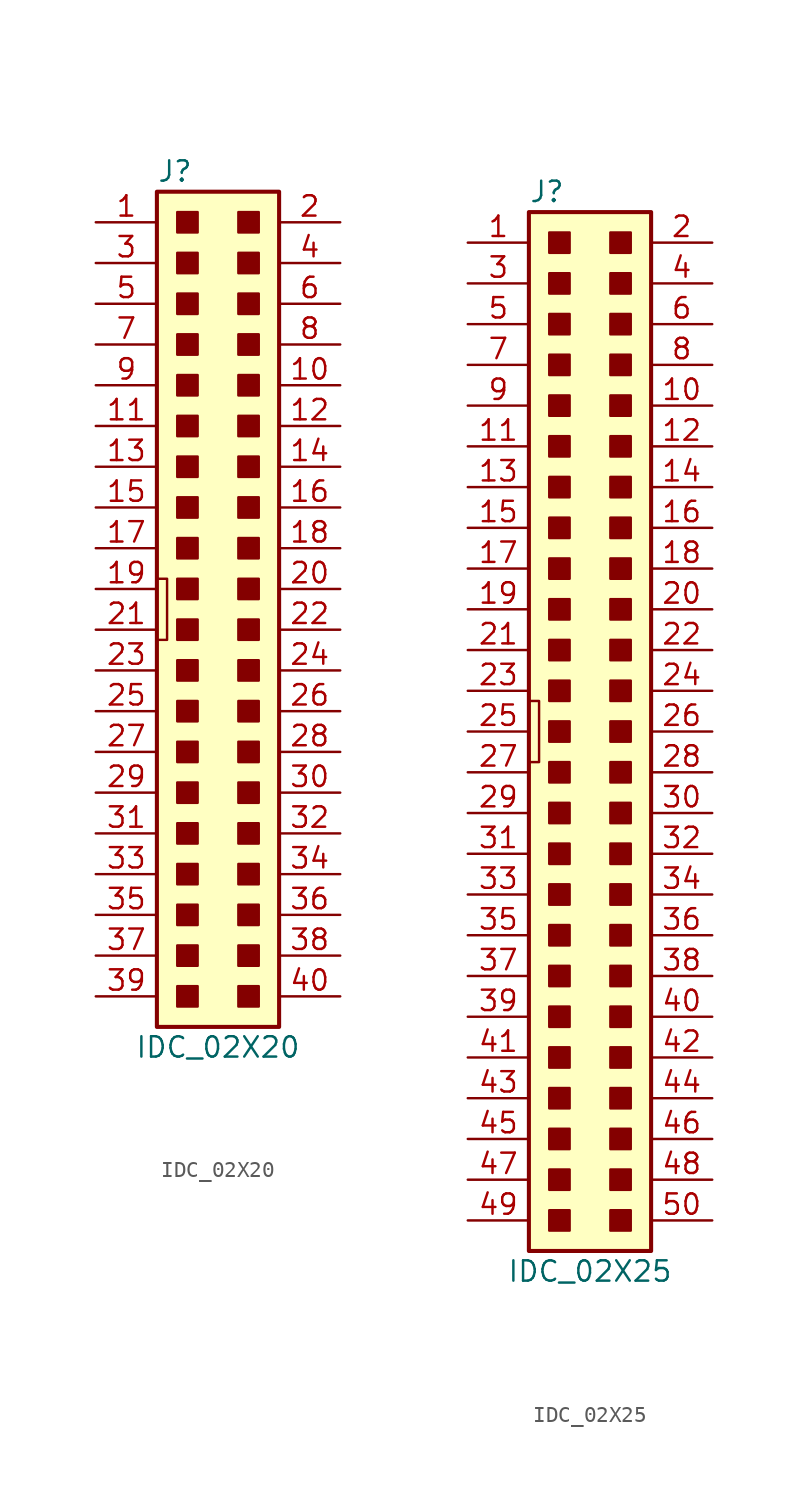
<source format=kicad_sym>
(kicad_symbol_lib
  (version 20201005)
  (generator kicad_symbol_editor)
  (symbol "KLIB_Connector_IDC:IDC_02X20"
    (pin_names
      (offset 1.27) hide)
    (property "Reference" "J"
      (at -3.81 26.035 0)
      (effects (font (size 1.27 1.27)) (justify left)))
    (property "Value" "IDC_02X20"
      (at 0 -28.575 0)
      (effects (font (size 1.27 1.27))))
    (symbol "IDC_02X20_0_1"
      (rectangle (start -3.81 24.765) (end 3.81 -27.305) (stroke (width 0.254)) (fill (type background)))
      (rectangle (start -2.54 -24.765) (end -1.27 -26.035) (stroke (width 0)) (fill (type outline)))
      (rectangle (start -2.54 -22.225) (end -1.27 -23.495) (stroke (width 0)) (fill (type outline)))
      (rectangle (start -2.54 -19.685) (end -1.27 -20.955) (stroke (width 0)) (fill (type outline)))
      (rectangle (start -2.54 -17.145) (end -1.27 -18.415) (stroke (width 0)) (fill (type outline)))
      (rectangle (start -2.54 -14.605) (end -1.27 -15.875) (stroke (width 0)) (fill (type outline)))
      (rectangle (start -2.54 -12.065) (end -1.27 -13.335) (stroke (width 0)) (fill (type outline)))
      (rectangle (start -2.54 -9.525) (end -1.27 -10.795) (stroke (width 0)) (fill (type outline)))
      (rectangle (start -2.54 -6.985) (end -1.27 -8.255) (stroke (width 0)) (fill (type outline)))
      (rectangle (start -2.54 -4.445) (end -1.27 -5.715) (stroke (width 0)) (fill (type outline)))
      (rectangle (start -2.54 -1.905) (end -1.27 -3.175) (stroke (width 0)) (fill (type outline)))
      (rectangle (start -2.54 0.635) (end -1.27 -0.635) (stroke (width 0)) (fill (type outline)))
      (rectangle (start -2.54 3.175) (end -1.27 1.905) (stroke (width 0)) (fill (type outline)))
      (rectangle (start -2.54 5.715) (end -1.27 4.445) (stroke (width 0)) (fill (type outline)))
      (rectangle (start -2.54 8.255) (end -1.27 6.985) (stroke (width 0)) (fill (type outline)))
      (rectangle (start -2.54 10.795) (end -1.27 9.525) (stroke (width 0)) (fill (type outline)))
      (rectangle (start -2.54 13.335) (end -1.27 12.065) (stroke (width 0)) (fill (type outline)))
      (rectangle (start -2.54 15.875) (end -1.27 14.605) (stroke (width 0)) (fill (type outline)))
      (rectangle (start -2.54 18.415) (end -1.27 17.145) (stroke (width 0)) (fill (type outline)))
      (rectangle (start -2.54 20.955) (end -1.27 19.685) (stroke (width 0)) (fill (type outline)))
      (rectangle (start -2.54 23.495) (end -1.27 22.225) (stroke (width 0)) (fill (type outline)))
      (rectangle (start 1.27 -24.765) (end 2.54 -26.035) (stroke (width 0)) (fill (type outline)))
      (rectangle (start 1.27 -22.225) (end 2.54 -23.495) (stroke (width 0)) (fill (type outline)))
      (rectangle (start 1.27 -19.685) (end 2.54 -20.955) (stroke (width 0)) (fill (type outline)))
      (rectangle (start 1.27 -17.145) (end 2.54 -18.415) (stroke (width 0)) (fill (type outline)))
      (rectangle (start 1.27 -14.605) (end 2.54 -15.875) (stroke (width 0)) (fill (type outline)))
      (rectangle (start 1.27 -12.065) (end 2.54 -13.335) (stroke (width 0)) (fill (type outline)))
      (rectangle (start 1.27 -9.525) (end 2.54 -10.795) (stroke (width 0)) (fill (type outline)))
      (rectangle (start 1.27 -6.985) (end 2.54 -8.255) (stroke (width 0)) (fill (type outline)))
      (rectangle (start 1.27 -4.445) (end 2.54 -5.715) (stroke (width 0)) (fill (type outline)))
      (rectangle (start 1.27 -1.905) (end 2.54 -3.175) (stroke (width 0)) (fill (type outline)))
      (rectangle (start 1.27 0.635) (end 2.54 -0.635) (stroke (width 0)) (fill (type outline)))
      (rectangle (start 1.27 3.175) (end 2.54 1.905) (stroke (width 0)) (fill (type outline)))
      (rectangle (start 1.27 5.715) (end 2.54 4.445) (stroke (width 0)) (fill (type outline)))
      (rectangle (start 1.27 8.255) (end 2.54 6.985) (stroke (width 0)) (fill (type outline)))
      (rectangle (start 1.27 10.795) (end 2.54 9.525) (stroke (width 0)) (fill (type outline)))
      (rectangle (start 1.27 13.335) (end 2.54 12.065) (stroke (width 0)) (fill (type outline)))
      (rectangle (start 1.27 15.875) (end 2.54 14.605) (stroke (width 0)) (fill (type outline)))
      (rectangle (start 1.27 18.415) (end 2.54 17.145) (stroke (width 0)) (fill (type outline)))
      (rectangle (start 1.27 20.955) (end 2.54 19.685) (stroke (width 0)) (fill (type outline)))
      (rectangle (start 1.27 23.495) (end 2.54 22.225) (stroke (width 0)) (fill (type outline)))
      (polyline (pts (xy -3.81 -3.175) (xy -3.175 -3.175) (xy -3.175 0.635) (xy -3.81 0.635)) (stroke (width 0)) (fill (type none))))
    (symbol "IDC_02X20_1_1"
      (pin passive line (at -7.62 22.86 0) (length 3.81) (name "~" (effects (font (size 1.27 1.27)))) (number "1" (effects (font (size 1.27 1.27)))))
      (pin passive line (at 7.62 12.7 180) (length 3.81) (name "~" (effects (font (size 1.27 1.27)))) (number "10" (effects (font (size 1.27 1.27)))))
      (pin passive line (at -7.62 10.16 0) (length 3.81) (name "~" (effects (font (size 1.27 1.27)))) (number "11" (effects (font (size 1.27 1.27)))))
      (pin passive line (at 7.62 10.16 180) (length 3.81) (name "~" (effects (font (size 1.27 1.27)))) (number "12" (effects (font (size 1.27 1.27)))))
      (pin passive line (at -7.62 7.62 0) (length 3.81) (name "~" (effects (font (size 1.27 1.27)))) (number "13" (effects (font (size 1.27 1.27)))))
      (pin passive line (at 7.62 7.62 180) (length 3.81) (name "~" (effects (font (size 1.27 1.27)))) (number "14" (effects (font (size 1.27 1.27)))))
      (pin passive line (at -7.62 5.08 0) (length 3.81) (name "~" (effects (font (size 1.27 1.27)))) (number "15" (effects (font (size 1.27 1.27)))))
      (pin passive line (at 7.62 5.08 180) (length 3.81) (name "~" (effects (font (size 1.27 1.27)))) (number "16" (effects (font (size 1.27 1.27)))))
      (pin passive line (at -7.62 2.54 0) (length 3.81) (name "~" (effects (font (size 1.27 1.27)))) (number "17" (effects (font (size 1.27 1.27)))))
      (pin passive line (at 7.62 2.54 180) (length 3.81) (name "~" (effects (font (size 1.27 1.27)))) (number "18" (effects (font (size 1.27 1.27)))))
      (pin passive line (at -7.62 0 0) (length 3.81) (name "~" (effects (font (size 1.27 1.27)))) (number "19" (effects (font (size 1.27 1.27)))))
      (pin passive line (at 7.62 22.86 180) (length 3.81) (name "~" (effects (font (size 1.27 1.27)))) (number "2" (effects (font (size 1.27 1.27)))))
      (pin passive line (at 7.62 0 180) (length 3.81) (name "~" (effects (font (size 1.27 1.27)))) (number "20" (effects (font (size 1.27 1.27)))))
      (pin passive line (at -7.62 -2.54 0) (length 3.81) (name "~" (effects (font (size 1.27 1.27)))) (number "21" (effects (font (size 1.27 1.27)))))
      (pin passive line (at 7.62 -2.54 180) (length 3.81) (name "~" (effects (font (size 1.27 1.27)))) (number "22" (effects (font (size 1.27 1.27)))))
      (pin passive line (at -7.62 -5.08 0) (length 3.81) (name "~" (effects (font (size 1.27 1.27)))) (number "23" (effects (font (size 1.27 1.27)))))
      (pin passive line (at 7.62 -5.08 180) (length 3.81) (name "~" (effects (font (size 1.27 1.27)))) (number "24" (effects (font (size 1.27 1.27)))))
      (pin passive line (at -7.62 -7.62 0) (length 3.81) (name "~" (effects (font (size 1.27 1.27)))) (number "25" (effects (font (size 1.27 1.27)))))
      (pin passive line (at 7.62 -7.62 180) (length 3.81) (name "~" (effects (font (size 1.27 1.27)))) (number "26" (effects (font (size 1.27 1.27)))))
      (pin passive line (at -7.62 -10.16 0) (length 3.81) (name "~" (effects (font (size 1.27 1.27)))) (number "27" (effects (font (size 1.27 1.27)))))
      (pin passive line (at 7.62 -10.16 180) (length 3.81) (name "~" (effects (font (size 1.27 1.27)))) (number "28" (effects (font (size 1.27 1.27)))))
      (pin passive line (at -7.62 -12.7 0) (length 3.81) (name "~" (effects (font (size 1.27 1.27)))) (number "29" (effects (font (size 1.27 1.27)))))
      (pin passive line (at -7.62 20.32 0) (length 3.81) (name "~" (effects (font (size 1.27 1.27)))) (number "3" (effects (font (size 1.27 1.27)))))
      (pin passive line (at 7.62 -12.7 180) (length 3.81) (name "~" (effects (font (size 1.27 1.27)))) (number "30" (effects (font (size 1.27 1.27)))))
      (pin passive line (at -7.62 -15.24 0) (length 3.81) (name "~" (effects (font (size 1.27 1.27)))) (number "31" (effects (font (size 1.27 1.27)))))
      (pin passive line (at 7.62 -15.24 180) (length 3.81) (name "~" (effects (font (size 1.27 1.27)))) (number "32" (effects (font (size 1.27 1.27)))))
      (pin passive line (at -7.62 -17.78 0) (length 3.81) (name "~" (effects (font (size 1.27 1.27)))) (number "33" (effects (font (size 1.27 1.27)))))
      (pin passive line (at 7.62 -17.78 180) (length 3.81) (name "~" (effects (font (size 1.27 1.27)))) (number "34" (effects (font (size 1.27 1.27)))))
      (pin passive line (at -7.62 -20.32 0) (length 3.81) (name "~" (effects (font (size 1.27 1.27)))) (number "35" (effects (font (size 1.27 1.27)))))
      (pin passive line (at 7.62 -20.32 180) (length 3.81) (name "~" (effects (font (size 1.27 1.27)))) (number "36" (effects (font (size 1.27 1.27)))))
      (pin passive line (at -7.62 -22.86 0) (length 3.81) (name "~" (effects (font (size 1.27 1.27)))) (number "37" (effects (font (size 1.27 1.27)))))
      (pin passive line (at 7.62 -22.86 180) (length 3.81) (name "~" (effects (font (size 1.27 1.27)))) (number "38" (effects (font (size 1.27 1.27)))))
      (pin passive line (at -7.62 -25.4 0) (length 3.81) (name "~" (effects (font (size 1.27 1.27)))) (number "39" (effects (font (size 1.27 1.27)))))
      (pin passive line (at 7.62 20.32 180) (length 3.81) (name "~" (effects (font (size 1.27 1.27)))) (number "4" (effects (font (size 1.27 1.27)))))
      (pin passive line (at 7.62 -25.4 180) (length 3.81) (name "~" (effects (font (size 1.27 1.27)))) (number "40" (effects (font (size 1.27 1.27)))))
      (pin passive line (at -7.62 17.78 0) (length 3.81) (name "~" (effects (font (size 1.27 1.27)))) (number "5" (effects (font (size 1.27 1.27)))))
      (pin passive line (at 7.62 17.78 180) (length 3.81) (name "~" (effects (font (size 1.27 1.27)))) (number "6" (effects (font (size 1.27 1.27)))))
      (pin passive line (at -7.62 15.24 0) (length 3.81) (name "~" (effects (font (size 1.27 1.27)))) (number "7" (effects (font (size 1.27 1.27)))))
      (pin passive line (at 7.62 15.24 180) (length 3.81) (name "~" (effects (font (size 1.27 1.27)))) (number "8" (effects (font (size 1.27 1.27)))))
      (pin passive line (at -7.62 12.7 0) (length 3.81) (name "~" (effects (font (size 1.27 1.27)))) (number "9" (effects (font (size 1.27 1.27)))))))
  (symbol "KLIB_Connector_IDC:IDC_02X25"
    (pin_names
      (offset 1.27) hide)
    (property "Reference" "J"
      (at -3.81 33.655 0)
      (effects (font (size 1.27 1.27)) (justify left)))
    (property "Value" "IDC_02X25"
      (at 0 -33.655 0)
      (effects (font (size 1.27 1.27))))
    (symbol "IDC_02X25_0_1"
      (rectangle (start -3.81 32.385) (end 3.81 -32.385) (stroke (width 0.254)) (fill (type background)))
      (rectangle (start -2.54 -29.845) (end -1.27 -31.115) (stroke (width 0)) (fill (type outline)))
      (rectangle (start -2.54 -27.305) (end -1.27 -28.575) (stroke (width 0)) (fill (type outline)))
      (rectangle (start -2.54 -24.765) (end -1.27 -26.035) (stroke (width 0)) (fill (type outline)))
      (rectangle (start -2.54 -22.225) (end -1.27 -23.495) (stroke (width 0)) (fill (type outline)))
      (rectangle (start -2.54 -19.685) (end -1.27 -20.955) (stroke (width 0)) (fill (type outline)))
      (rectangle (start -2.54 -17.145) (end -1.27 -18.415) (stroke (width 0)) (fill (type outline)))
      (rectangle (start -2.54 -14.605) (end -1.27 -15.875) (stroke (width 0)) (fill (type outline)))
      (rectangle (start -2.54 -12.065) (end -1.27 -13.335) (stroke (width 0)) (fill (type outline)))
      (rectangle (start -2.54 -9.525) (end -1.27 -10.795) (stroke (width 0)) (fill (type outline)))
      (rectangle (start -2.54 -6.985) (end -1.27 -8.255) (stroke (width 0)) (fill (type outline)))
      (rectangle (start -2.54 -4.445) (end -1.27 -5.715) (stroke (width 0)) (fill (type outline)))
      (rectangle (start -2.54 -1.905) (end -1.27 -3.175) (stroke (width 0)) (fill (type outline)))
      (rectangle (start -2.54 0.635) (end -1.27 -0.635) (stroke (width 0)) (fill (type outline)))
      (rectangle (start -2.54 3.175) (end -1.27 1.905) (stroke (width 0)) (fill (type outline)))
      (rectangle (start -2.54 5.715) (end -1.27 4.445) (stroke (width 0)) (fill (type outline)))
      (rectangle (start -2.54 8.255) (end -1.27 6.985) (stroke (width 0)) (fill (type outline)))
      (rectangle (start -2.54 10.795) (end -1.27 9.525) (stroke (width 0)) (fill (type outline)))
      (rectangle (start -2.54 13.335) (end -1.27 12.065) (stroke (width 0)) (fill (type outline)))
      (rectangle (start -2.54 15.875) (end -1.27 14.605) (stroke (width 0)) (fill (type outline)))
      (rectangle (start -2.54 18.415) (end -1.27 17.145) (stroke (width 0)) (fill (type outline)))
      (rectangle (start -2.54 20.955) (end -1.27 19.685) (stroke (width 0)) (fill (type outline)))
      (rectangle (start -2.54 23.495) (end -1.27 22.225) (stroke (width 0)) (fill (type outline)))
      (rectangle (start -2.54 26.035) (end -1.27 24.765) (stroke (width 0)) (fill (type outline)))
      (rectangle (start -2.54 28.575) (end -1.27 27.305) (stroke (width 0)) (fill (type outline)))
      (rectangle (start -2.54 31.115) (end -1.27 29.845) (stroke (width 0)) (fill (type outline)))
      (rectangle (start 1.27 -29.845) (end 2.54 -31.115) (stroke (width 0)) (fill (type outline)))
      (rectangle (start 1.27 -27.305) (end 2.54 -28.575) (stroke (width 0)) (fill (type outline)))
      (rectangle (start 1.27 -24.765) (end 2.54 -26.035) (stroke (width 0)) (fill (type outline)))
      (rectangle (start 1.27 -22.225) (end 2.54 -23.495) (stroke (width 0)) (fill (type outline)))
      (rectangle (start 1.27 -19.685) (end 2.54 -20.955) (stroke (width 0)) (fill (type outline)))
      (rectangle (start 1.27 -17.145) (end 2.54 -18.415) (stroke (width 0)) (fill (type outline)))
      (rectangle (start 1.27 -14.605) (end 2.54 -15.875) (stroke (width 0)) (fill (type outline)))
      (rectangle (start 1.27 -12.065) (end 2.54 -13.335) (stroke (width 0)) (fill (type outline)))
      (rectangle (start 1.27 -9.525) (end 2.54 -10.795) (stroke (width 0)) (fill (type outline)))
      (rectangle (start 1.27 -6.985) (end 2.54 -8.255) (stroke (width 0)) (fill (type outline)))
      (rectangle (start 1.27 -4.445) (end 2.54 -5.715) (stroke (width 0)) (fill (type outline)))
      (rectangle (start 1.27 -1.905) (end 2.54 -3.175) (stroke (width 0)) (fill (type outline)))
      (rectangle (start 1.27 0.635) (end 2.54 -0.635) (stroke (width 0)) (fill (type outline)))
      (rectangle (start 1.27 3.175) (end 2.54 1.905) (stroke (width 0)) (fill (type outline)))
      (rectangle (start 1.27 5.715) (end 2.54 4.445) (stroke (width 0)) (fill (type outline)))
      (rectangle (start 1.27 8.255) (end 2.54 6.985) (stroke (width 0)) (fill (type outline)))
      (rectangle (start 1.27 10.795) (end 2.54 9.525) (stroke (width 0)) (fill (type outline)))
      (rectangle (start 1.27 13.335) (end 2.54 12.065) (stroke (width 0)) (fill (type outline)))
      (rectangle (start 1.27 15.875) (end 2.54 14.605) (stroke (width 0)) (fill (type outline)))
      (rectangle (start 1.27 18.415) (end 2.54 17.145) (stroke (width 0)) (fill (type outline)))
      (rectangle (start 1.27 20.955) (end 2.54 19.685) (stroke (width 0)) (fill (type outline)))
      (rectangle (start 1.27 23.495) (end 2.54 22.225) (stroke (width 0)) (fill (type outline)))
      (rectangle (start 1.27 26.035) (end 2.54 24.765) (stroke (width 0)) (fill (type outline)))
      (rectangle (start 1.27 28.575) (end 2.54 27.305) (stroke (width 0)) (fill (type outline)))
      (rectangle (start 1.27 31.115) (end 2.54 29.845) (stroke (width 0)) (fill (type outline)))
      (polyline (pts (xy -3.81 -1.905) (xy -3.175 -1.905) (xy -3.175 1.905) (xy -3.81 1.905)) (stroke (width 0)) (fill (type none))))
    (symbol "IDC_02X25_1_1"
      (pin passive line (at -7.62 30.48 0) (length 3.81) (name "~" (effects (font (size 1.27 1.27)))) (number "1" (effects (font (size 1.27 1.27)))))
      (pin passive line (at 7.62 20.32 180) (length 3.81) (name "~" (effects (font (size 1.27 1.27)))) (number "10" (effects (font (size 1.27 1.27)))))
      (pin passive line (at -7.62 17.78 0) (length 3.81) (name "~" (effects (font (size 1.27 1.27)))) (number "11" (effects (font (size 1.27 1.27)))))
      (pin passive line (at 7.62 17.78 180) (length 3.81) (name "~" (effects (font (size 1.27 1.27)))) (number "12" (effects (font (size 1.27 1.27)))))
      (pin passive line (at -7.62 15.24 0) (length 3.81) (name "~" (effects (font (size 1.27 1.27)))) (number "13" (effects (font (size 1.27 1.27)))))
      (pin passive line (at 7.62 15.24 180) (length 3.81) (name "~" (effects (font (size 1.27 1.27)))) (number "14" (effects (font (size 1.27 1.27)))))
      (pin passive line (at -7.62 12.7 0) (length 3.81) (name "~" (effects (font (size 1.27 1.27)))) (number "15" (effects (font (size 1.27 1.27)))))
      (pin passive line (at 7.62 12.7 180) (length 3.81) (name "~" (effects (font (size 1.27 1.27)))) (number "16" (effects (font (size 1.27 1.27)))))
      (pin passive line (at -7.62 10.16 0) (length 3.81) (name "~" (effects (font (size 1.27 1.27)))) (number "17" (effects (font (size 1.27 1.27)))))
      (pin passive line (at 7.62 10.16 180) (length 3.81) (name "~" (effects (font (size 1.27 1.27)))) (number "18" (effects (font (size 1.27 1.27)))))
      (pin passive line (at -7.62 7.62 0) (length 3.81) (name "~" (effects (font (size 1.27 1.27)))) (number "19" (effects (font (size 1.27 1.27)))))
      (pin passive line (at 7.62 30.48 180) (length 3.81) (name "~" (effects (font (size 1.27 1.27)))) (number "2" (effects (font (size 1.27 1.27)))))
      (pin passive line (at 7.62 7.62 180) (length 3.81) (name "~" (effects (font (size 1.27 1.27)))) (number "20" (effects (font (size 1.27 1.27)))))
      (pin passive line (at -7.62 5.08 0) (length 3.81) (name "~" (effects (font (size 1.27 1.27)))) (number "21" (effects (font (size 1.27 1.27)))))
      (pin passive line (at 7.62 5.08 180) (length 3.81) (name "~" (effects (font (size 1.27 1.27)))) (number "22" (effects (font (size 1.27 1.27)))))
      (pin passive line (at -7.62 2.54 0) (length 3.81) (name "~" (effects (font (size 1.27 1.27)))) (number "23" (effects (font (size 1.27 1.27)))))
      (pin passive line (at 7.62 2.54 180) (length 3.81) (name "~" (effects (font (size 1.27 1.27)))) (number "24" (effects (font (size 1.27 1.27)))))
      (pin passive line (at -7.62 0 0) (length 3.81) (name "~" (effects (font (size 1.27 1.27)))) (number "25" (effects (font (size 1.27 1.27)))))
      (pin passive line (at 7.62 0 180) (length 3.81) (name "~" (effects (font (size 1.27 1.27)))) (number "26" (effects (font (size 1.27 1.27)))))
      (pin passive line (at -7.62 -2.54 0) (length 3.81) (name "~" (effects (font (size 1.27 1.27)))) (number "27" (effects (font (size 1.27 1.27)))))
      (pin passive line (at 7.62 -2.54 180) (length 3.81) (name "~" (effects (font (size 1.27 1.27)))) (number "28" (effects (font (size 1.27 1.27)))))
      (pin passive line (at -7.62 -5.08 0) (length 3.81) (name "~" (effects (font (size 1.27 1.27)))) (number "29" (effects (font (size 1.27 1.27)))))
      (pin passive line (at -7.62 27.94 0) (length 3.81) (name "~" (effects (font (size 1.27 1.27)))) (number "3" (effects (font (size 1.27 1.27)))))
      (pin passive line (at 7.62 -5.08 180) (length 3.81) (name "~" (effects (font (size 1.27 1.27)))) (number "30" (effects (font (size 1.27 1.27)))))
      (pin passive line (at -7.62 -7.62 0) (length 3.81) (name "~" (effects (font (size 1.27 1.27)))) (number "31" (effects (font (size 1.27 1.27)))))
      (pin passive line (at 7.62 -7.62 180) (length 3.81) (name "~" (effects (font (size 1.27 1.27)))) (number "32" (effects (font (size 1.27 1.27)))))
      (pin passive line (at -7.62 -10.16 0) (length 3.81) (name "~" (effects (font (size 1.27 1.27)))) (number "33" (effects (font (size 1.27 1.27)))))
      (pin passive line (at 7.62 -10.16 180) (length 3.81) (name "~" (effects (font (size 1.27 1.27)))) (number "34" (effects (font (size 1.27 1.27)))))
      (pin passive line (at -7.62 -12.7 0) (length 3.81) (name "~" (effects (font (size 1.27 1.27)))) (number "35" (effects (font (size 1.27 1.27)))))
      (pin passive line (at 7.62 -12.7 180) (length 3.81) (name "~" (effects (font (size 1.27 1.27)))) (number "36" (effects (font (size 1.27 1.27)))))
      (pin passive line (at -7.62 -15.24 0) (length 3.81) (name "~" (effects (font (size 1.27 1.27)))) (number "37" (effects (font (size 1.27 1.27)))))
      (pin passive line (at 7.62 -15.24 180) (length 3.81) (name "~" (effects (font (size 1.27 1.27)))) (number "38" (effects (font (size 1.27 1.27)))))
      (pin passive line (at -7.62 -17.78 0) (length 3.81) (name "~" (effects (font (size 1.27 1.27)))) (number "39" (effects (font (size 1.27 1.27)))))
      (pin passive line (at 7.62 27.94 180) (length 3.81) (name "~" (effects (font (size 1.27 1.27)))) (number "4" (effects (font (size 1.27 1.27)))))
      (pin passive line (at 7.62 -17.78 180) (length 3.81) (name "~" (effects (font (size 1.27 1.27)))) (number "40" (effects (font (size 1.27 1.27)))))
      (pin passive line (at -7.62 -20.32 0) (length 3.81) (name "~" (effects (font (size 1.27 1.27)))) (number "41" (effects (font (size 1.27 1.27)))))
      (pin passive line (at 7.62 -20.32 180) (length 3.81) (name "~" (effects (font (size 1.27 1.27)))) (number "42" (effects (font (size 1.27 1.27)))))
      (pin passive line (at -7.62 -22.86 0) (length 3.81) (name "~" (effects (font (size 1.27 1.27)))) (number "43" (effects (font (size 1.27 1.27)))))
      (pin passive line (at 7.62 -22.86 180) (length 3.81) (name "~" (effects (font (size 1.27 1.27)))) (number "44" (effects (font (size 1.27 1.27)))))
      (pin passive line (at -7.62 -25.4 0) (length 3.81) (name "~" (effects (font (size 1.27 1.27)))) (number "45" (effects (font (size 1.27 1.27)))))
      (pin passive line (at 7.62 -25.4 180) (length 3.81) (name "~" (effects (font (size 1.27 1.27)))) (number "46" (effects (font (size 1.27 1.27)))))
      (pin passive line (at -7.62 -27.94 0) (length 3.81) (name "~" (effects (font (size 1.27 1.27)))) (number "47" (effects (font (size 1.27 1.27)))))
      (pin passive line (at 7.62 -27.94 180) (length 3.81) (name "~" (effects (font (size 1.27 1.27)))) (number "48" (effects (font (size 1.27 1.27)))))
      (pin passive line (at -7.62 -30.48 0) (length 3.81) (name "~" (effects (font (size 1.27 1.27)))) (number "49" (effects (font (size 1.27 1.27)))))
      (pin passive line (at -7.62 25.4 0) (length 3.81) (name "~" (effects (font (size 1.27 1.27)))) (number "5" (effects (font (size 1.27 1.27)))))
      (pin passive line (at 7.62 -30.48 180) (length 3.81) (name "~" (effects (font (size 1.27 1.27)))) (number "50" (effects (font (size 1.27 1.27)))))
      (pin passive line (at 7.62 25.4 180) (length 3.81) (name "~" (effects (font (size 1.27 1.27)))) (number "6" (effects (font (size 1.27 1.27)))))
      (pin passive line (at -7.62 22.86 0) (length 3.81) (name "~" (effects (font (size 1.27 1.27)))) (number "7" (effects (font (size 1.27 1.27)))))
      (pin passive line (at 7.62 22.86 180) (length 3.81) (name "~" (effects (font (size 1.27 1.27)))) (number "8" (effects (font (size 1.27 1.27)))))
      (pin passive line (at -7.62 20.32 0) (length 3.81) (name "~" (effects (font (size 1.27 1.27)))) (number "9" (effects (font (size 1.27 1.27))))))))
</source>
